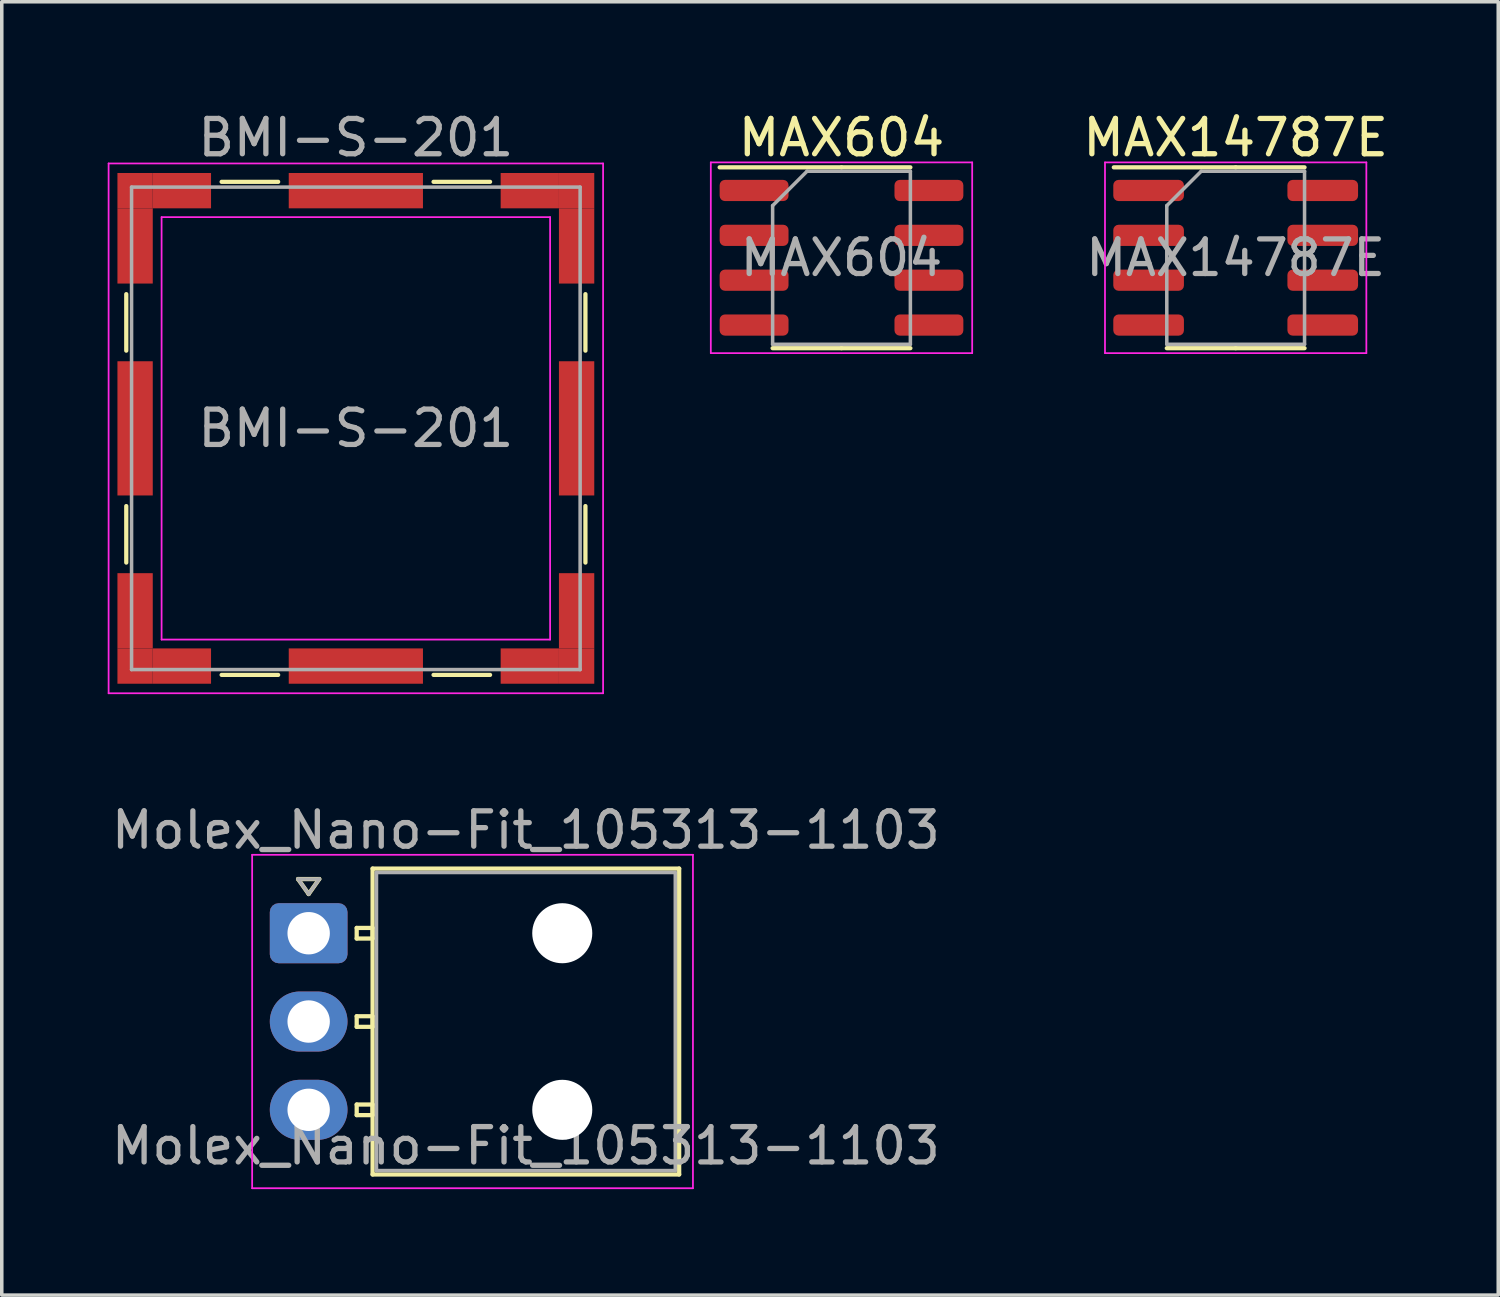
<source format=kicad_pcb>
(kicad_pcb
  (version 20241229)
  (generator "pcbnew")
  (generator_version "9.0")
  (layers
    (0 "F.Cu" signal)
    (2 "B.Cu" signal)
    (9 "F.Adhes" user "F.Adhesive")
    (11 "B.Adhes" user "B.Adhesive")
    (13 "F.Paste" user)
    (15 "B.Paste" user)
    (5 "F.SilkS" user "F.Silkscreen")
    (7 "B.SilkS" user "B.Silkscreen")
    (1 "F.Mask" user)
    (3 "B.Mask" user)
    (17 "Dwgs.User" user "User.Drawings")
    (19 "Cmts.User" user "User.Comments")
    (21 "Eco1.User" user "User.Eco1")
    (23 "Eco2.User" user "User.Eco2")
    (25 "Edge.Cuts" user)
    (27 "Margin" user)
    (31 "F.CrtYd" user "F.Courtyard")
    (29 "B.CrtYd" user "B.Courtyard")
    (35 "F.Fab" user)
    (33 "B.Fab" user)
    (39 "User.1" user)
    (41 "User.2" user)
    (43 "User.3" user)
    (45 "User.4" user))
  (footprint "Molex_Nano-Fit_105313-1103"
    (layer "F.Cu")
    (at 5.689 23.372)
    (property "Reference" "Molex_Nano-Fit_105313-1103" (at 6.15 -2.92 0) (layer "F.Fab") (effects (font (size 1 1) (thickness 0.15))))
    (attr through_hole)
    (fp_line (start -0.3 -1.534) (end 0 -1.11) (stroke (width 0.12) (type solid)) (layer "F.SilkS"))
    (fp_line (start 0 -1.11) (end 0.3 -1.534) (stroke (width 0.12) (type solid)) (layer "F.SilkS"))
    (fp_line (start 0.3 -1.534) (end -0.3 -1.534) (stroke (width 0.12) (type solid)) (layer "F.SilkS"))
    (fp_line (start 1.36 -0.15) (end 1.36 0.15) (stroke (width 0.12) (type solid)) (layer "F.SilkS"))
    (fp_line (start 1.36 0.15) (end 1.81 0.15) (stroke (width 0.12) (type solid)) (layer "F.SilkS"))
    (fp_line (start 1.36 2.35) (end 1.36 2.65) (stroke (width 0.12) (type solid)) (layer "F.SilkS"))
    (fp_line (start 1.36 2.65) (end 1.81 2.65) (stroke (width 0.12) (type solid)) (layer "F.SilkS"))
    (fp_line (start 1.36 4.85) (end 1.36 5.15) (stroke (width 0.12) (type solid)) (layer "F.SilkS"))
    (fp_line (start 1.36 5.15) (end 1.81 5.15) (stroke (width 0.12) (type solid)) (layer "F.SilkS"))
    (fp_line (start 1.81 -1.83) (end 1.81 6.83) (stroke (width 0.12) (type solid)) (layer "F.SilkS"))
    (fp_line (start 1.81 -0.15) (end 1.36 -0.15) (stroke (width 0.12) (type solid)) (layer "F.SilkS"))
    (fp_line (start 1.81 0.15) (end 1.81 -0.15) (stroke (width 0.12) (type solid)) (layer "F.SilkS"))
    (fp_line (start 1.81 2.35) (end 1.36 2.35) (stroke (width 0.12) (type solid)) (layer "F.SilkS"))
    (fp_line (start 1.81 2.65) (end 1.81 2.35) (stroke (width 0.12) (type solid)) (layer "F.SilkS"))
    (fp_line (start 1.81 4.85) (end 1.36 4.85) (stroke (width 0.12) (type solid)) (layer "F.SilkS"))
    (fp_line (start 1.81 5.15) (end 1.81 4.85) (stroke (width 0.12) (type solid)) (layer "F.SilkS"))
    (fp_line (start 1.81 6.83) (end 10.49 6.83) (stroke (width 0.12) (type solid)) (layer "F.SilkS"))
    (fp_line (start 10.49 -1.83) (end 1.81 -1.83) (stroke (width 0.12) (type solid)) (layer "F.SilkS"))
    (fp_line (start 10.49 6.83) (end 10.49 -1.83) (stroke (width 0.12) (type solid)) (layer "F.SilkS"))
    (fp_line (start -1.6 -2.22) (end -1.6 7.22) (stroke (width 0.05) (type solid)) (layer "F.CrtYd"))
    (fp_line (start -1.6 7.22) (end 10.88 7.22) (stroke (width 0.05) (type solid)) (layer "F.CrtYd"))
    (fp_line (start 10.88 -2.22) (end -1.6 -2.22) (stroke (width 0.05) (type solid)) (layer "F.CrtYd"))
    (fp_line (start 10.88 7.22) (end 10.88 -2.22) (stroke (width 0.05) (type solid)) (layer "F.CrtYd"))
    (fp_line (start -0.3 -1.534) (end 0 -1.11) (stroke (width 0.1) (type solid)) (layer "F.Fab"))
    (fp_line (start 0 -1.11) (end 0.3 -1.534) (stroke (width 0.1) (type solid)) (layer "F.Fab"))
    (fp_line (start 0.3 -1.534) (end -0.3 -1.534) (stroke (width 0.1) (type solid)) (layer "F.Fab"))
    (fp_line (start 1.92 -1.72) (end 1.92 6.72) (stroke (width 0.1) (type solid)) (layer "F.Fab"))
    (fp_line (start 1.92 6.72) (end 10.38 6.72) (stroke (width 0.1) (type solid)) (layer "F.Fab"))
    (fp_line (start 10.38 -1.72) (end 1.92 -1.72) (stroke (width 0.1) (type solid)) (layer "F.Fab"))
    (fp_line (start 10.38 6.72) (end 10.38 -1.72) (stroke (width 0.1) (type solid)) (layer "F.Fab"))
    (fp_text user "${REFERENCE}" (at 6.15 6.02 0) (layer "F.Fab") (effects (font (size 1 1) (thickness 0.15))))
    (pad "" np_thru_hole circle (at 7.18 0) (size 1.7 1.7) (drill 1.7) (layers "*.Cu" "*.Mask"))
    (pad "" np_thru_hole circle (at 7.18 5) (size 1.7 1.7) (drill 1.7) (layers "*.Cu" "*.Mask"))
    (pad "1" thru_hole roundrect (at 0 0) (size 2.2 1.7) (drill 1.2) (layers "*.Cu" "*.Mask") (roundrect_rratio 0.147))
    (pad "2" thru_hole oval (at 0 2.5) (size 2.2 1.7) (drill 1.2) (layers "*.Cu" "*.Mask"))
    (pad "3" thru_hole oval (at 0 5) (size 2.2 1.7) (drill 1.2) (layers "*.Cu" "*.Mask")))
  (footprint "MAX604"
    (layer "F.Cu")
    (at 20.775 4.248)
    (property "Reference" "MAX604" (at 0 -3.4 0) (layer "F.SilkS") (effects (font (size 1 1) (thickness 0.15))))
    (attr smd)
    (fp_line (start 0 -2.56) (end -3.45 -2.56) (stroke (width 0.12) (type solid)) (layer "F.SilkS"))
    (fp_line (start 0 -2.56) (end 1.95 -2.56) (stroke (width 0.12) (type solid)) (layer "F.SilkS"))
    (fp_line (start 0 2.56) (end -1.95 2.56) (stroke (width 0.12) (type solid)) (layer "F.SilkS"))
    (fp_line (start 0 2.56) (end 1.95 2.56) (stroke (width 0.12) (type solid)) (layer "F.SilkS"))
    (fp_line (start -3.7 -2.7) (end -3.7 2.7) (stroke (width 0.05) (type solid)) (layer "F.CrtYd"))
    (fp_line (start -3.7 2.7) (end 3.7 2.7) (stroke (width 0.05) (type solid)) (layer "F.CrtYd"))
    (fp_line (start 3.7 -2.7) (end -3.7 -2.7) (stroke (width 0.05) (type solid)) (layer "F.CrtYd"))
    (fp_line (start 3.7 2.7) (end 3.7 -2.7) (stroke (width 0.05) (type solid)) (layer "F.CrtYd"))
    (fp_line (start -1.95 -1.475) (end -0.975 -2.45) (stroke (width 0.1) (type solid)) (layer "F.Fab"))
    (fp_line (start -1.95 2.45) (end -1.95 -1.475) (stroke (width 0.1) (type solid)) (layer "F.Fab"))
    (fp_line (start -0.975 -2.45) (end 1.95 -2.45) (stroke (width 0.1) (type solid)) (layer "F.Fab"))
    (fp_line (start 1.95 -2.45) (end 1.95 2.45) (stroke (width 0.1) (type solid)) (layer "F.Fab"))
    (fp_line (start 1.95 2.45) (end -1.95 2.45) (stroke (width 0.1) (type solid)) (layer "F.Fab"))
    (fp_text user "${REFERENCE}" (at 0 0 0) (layer "F.Fab") (effects (font (size 0.98 0.98) (thickness 0.15))))
    (pad "1" smd roundrect (at -2.475 -1.905) (size 1.95 0.6) (layers "F.Cu" "F.Mask" "F.Paste") (roundrect_rratio 0.25))
    (pad "2" smd roundrect (at -2.475 -0.635) (size 1.95 0.6) (layers "F.Cu" "F.Mask" "F.Paste") (roundrect_rratio 0.25))
    (pad "3" smd roundrect (at -2.475 0.635) (size 1.95 0.6) (layers "F.Cu" "F.Mask" "F.Paste") (roundrect_rratio 0.25))
    (pad "4" smd roundrect (at -2.475 1.905) (size 1.95 0.6) (layers "F.Cu" "F.Mask" "F.Paste") (roundrect_rratio 0.25))
    (pad "5" smd roundrect (at 2.475 1.905) (size 1.95 0.6) (layers "F.Cu" "F.Mask" "F.Paste") (roundrect_rratio 0.25))
    (pad "6" smd roundrect (at 2.475 0.635) (size 1.95 0.6) (layers "F.Cu" "F.Mask" "F.Paste") (roundrect_rratio 0.25))
    (pad "7" smd roundrect (at 2.475 -0.635) (size 1.95 0.6) (layers "F.Cu" "F.Mask" "F.Paste") (roundrect_rratio 0.25))
    (pad "8" smd roundrect (at 2.475 -1.905) (size 1.95 0.6) (layers "F.Cu" "F.Mask" "F.Paste") (roundrect_rratio 0.25)))
  (footprint "BMI-S-201"
    (layer "F.Cu")
    (at 7.025 9.078)
    (property "Reference" "BMI-S-201" (at 0 -8.23 0) (layer "F.Fab") (effects (font (size 1 1) (thickness 0.15))))
    (attr smd)
    (fp_line (start -6.5 -3.8) (end -6.5 -2.2) (stroke (width 0.12) (type solid)) (layer "F.SilkS"))
    (fp_line (start -6.5 2.2) (end -6.5 3.8) (stroke (width 0.12) (type solid)) (layer "F.SilkS"))
    (fp_line (start -3.8 -6.98) (end -2.2 -6.98) (stroke (width 0.12) (type solid)) (layer "F.SilkS"))
    (fp_line (start -3.8 6.98) (end -2.2 6.98) (stroke (width 0.12) (type solid)) (layer "F.SilkS"))
    (fp_line (start 2.2 -6.98) (end 3.8 -6.98) (stroke (width 0.12) (type solid)) (layer "F.SilkS"))
    (fp_line (start 2.2 6.98) (end 3.8 6.98) (stroke (width 0.12) (type solid)) (layer "F.SilkS"))
    (fp_line (start 6.5 -3.8) (end 6.5 -2.2) (stroke (width 0.12) (type solid)) (layer "F.SilkS"))
    (fp_line (start 6.5 2.2) (end 6.5 3.8) (stroke (width 0.12) (type solid)) (layer "F.SilkS"))
    (fp_line (start -7 -7.5) (end -7 7.5) (stroke (width 0.05) (type solid)) (layer "F.CrtYd"))
    (fp_line (start -7 7.5) (end 7 7.5) (stroke (width 0.05) (type solid)) (layer "F.CrtYd"))
    (fp_line (start -5.5 -5.98) (end -5.5 5.98) (stroke (width 0.05) (type solid)) (layer "F.CrtYd"))
    (fp_line (start 5.5 -5.98) (end -5.5 -5.98) (stroke (width 0.05) (type solid)) (layer "F.CrtYd"))
    (fp_line (start 5.5 -5.98) (end 5.5 5.98) (stroke (width 0.05) (type solid)) (layer "F.CrtYd"))
    (fp_line (start 5.5 5.98) (end -5.5 5.98) (stroke (width 0.05) (type solid)) (layer "F.CrtYd"))
    (fp_line (start 7 -7.5) (end -7 -7.5) (stroke (width 0.05) (type solid)) (layer "F.CrtYd"))
    (fp_line (start 7 7.5) (end 7 -7.5) (stroke (width 0.05) (type solid)) (layer "F.CrtYd"))
    (fp_line (start -6.35 -6.83) (end -6.35 6.83) (stroke (width 0.1) (type solid)) (layer "F.Fab"))
    (fp_line (start -6.35 6.83) (end 6.35 6.83) (stroke (width 0.1) (type solid)) (layer "F.Fab"))
    (fp_line (start 6.35 -6.83) (end -6.35 -6.83) (stroke (width 0.1) (type solid)) (layer "F.Fab"))
    (fp_line (start 6.35 6.83) (end 6.35 -6.83) (stroke (width 0.1) (type solid)) (layer "F.Fab"))
    (fp_text user "${REFERENCE}" (at 0 0 0) (layer "F.Fab") (effects (font (size 1 1) (thickness 0.15))))
    (pad "1" smd rect (at -6.25 -6.73) (size 1 1) (layers "F.Cu" "F.Mask" "F.Paste"))
    (pad "1" smd rect (at -6.25 -5.165) (size 1 2.13) (layers "F.Cu" "F.Mask" "F.Paste"))
    (pad "1" smd rect (at -6.25 0) (size 1 3.8) (layers "F.Cu" "F.Mask" "F.Paste"))
    (pad "1" smd rect (at -6.25 5.165) (size 1 2.13) (layers "F.Cu" "F.Mask" "F.Paste"))
    (pad "1" smd rect (at -6.25 6.73) (size 1 1) (layers "F.Cu" "F.Mask" "F.Paste"))
    (pad "1" smd rect (at -4.925 -6.73) (size 1.65 1) (layers "F.Cu" "F.Mask" "F.Paste"))
    (pad "1" smd rect (at -4.925 6.73) (size 1.65 1) (layers "F.Cu" "F.Mask" "F.Paste"))
    (pad "1" smd rect (at 0 -6.73) (size 3.8 1) (layers "F.Cu" "F.Mask" "F.Paste"))
    (pad "1" smd rect (at 0 6.73) (size 3.8 1) (layers "F.Cu" "F.Mask" "F.Paste"))
    (pad "1" smd rect (at 4.925 -6.73) (size 1.65 1) (layers "F.Cu" "F.Mask" "F.Paste"))
    (pad "1" smd rect (at 4.925 6.73) (size 1.65 1) (layers "F.Cu" "F.Mask" "F.Paste"))
    (pad "1" smd rect (at 6.25 -6.73) (size 1 1) (layers "F.Cu" "F.Mask" "F.Paste"))
    (pad "1" smd rect (at 6.25 -5.165) (size 1 2.13) (layers "F.Cu" "F.Mask" "F.Paste"))
    (pad "1" smd rect (at 6.25 0) (size 1 3.8) (layers "F.Cu" "F.Mask" "F.Paste"))
    (pad "1" smd rect (at 6.25 5.165) (size 1 2.13) (layers "F.Cu" "F.Mask" "F.Paste"))
    (pad "1" smd rect (at 6.25 6.73) (size 1 1) (layers "F.Cu" "F.Mask" "F.Paste")))
  (footprint "MAX14787E"
    (layer "F.Cu")
    (at 31.935 4.248)
    (property "Reference" "MAX14787E" (at 0 -3.4 0) (layer "F.SilkS") (effects (font (size 1 1) (thickness 0.15))))
    (attr smd)
    (fp_line (start 0 -2.56) (end -3.45 -2.56) (stroke (width 0.12) (type solid)) (layer "F.SilkS"))
    (fp_line (start 0 -2.56) (end 1.95 -2.56) (stroke (width 0.12) (type solid)) (layer "F.SilkS"))
    (fp_line (start 0 2.56) (end -1.95 2.56) (stroke (width 0.12) (type solid)) (layer "F.SilkS"))
    (fp_line (start 0 2.56) (end 1.95 2.56) (stroke (width 0.12) (type solid)) (layer "F.SilkS"))
    (fp_line (start -3.7 -2.7) (end -3.7 2.7) (stroke (width 0.05) (type solid)) (layer "F.CrtYd"))
    (fp_line (start -3.7 2.7) (end 3.7 2.7) (stroke (width 0.05) (type solid)) (layer "F.CrtYd"))
    (fp_line (start 3.7 -2.7) (end -3.7 -2.7) (stroke (width 0.05) (type solid)) (layer "F.CrtYd"))
    (fp_line (start 3.7 2.7) (end 3.7 -2.7) (stroke (width 0.05) (type solid)) (layer "F.CrtYd"))
    (fp_line (start -1.95 -1.475) (end -0.975 -2.45) (stroke (width 0.1) (type solid)) (layer "F.Fab"))
    (fp_line (start -1.95 2.45) (end -1.95 -1.475) (stroke (width 0.1) (type solid)) (layer "F.Fab"))
    (fp_line (start -0.975 -2.45) (end 1.95 -2.45) (stroke (width 0.1) (type solid)) (layer "F.Fab"))
    (fp_line (start 1.95 -2.45) (end 1.95 2.45) (stroke (width 0.1) (type solid)) (layer "F.Fab"))
    (fp_line (start 1.95 2.45) (end -1.95 2.45) (stroke (width 0.1) (type solid)) (layer "F.Fab"))
    (fp_text user "${REFERENCE}" (at 0 0 0) (layer "F.Fab") (effects (font (size 0.98 0.98) (thickness 0.15))))
    (pad "1" smd roundrect (at -2.465 -1.905) (size 2 0.6) (layers "F.Cu" "F.Mask" "F.Paste") (roundrect_rratio 0.25))
    (pad "2" smd roundrect (at -2.465 -0.635) (size 2 0.6) (layers "F.Cu" "F.Mask" "F.Paste") (roundrect_rratio 0.25))
    (pad "3" smd roundrect (at -2.465 0.635) (size 2 0.6) (layers "F.Cu" "F.Mask" "F.Paste") (roundrect_rratio 0.25))
    (pad "4" smd roundrect (at -2.465 1.905) (size 2 0.6) (layers "F.Cu" "F.Mask" "F.Paste") (roundrect_rratio 0.25))
    (pad "5" smd roundrect (at 2.465 1.905) (size 2 0.6) (layers "F.Cu" "F.Mask" "F.Paste") (roundrect_rratio 0.25))
    (pad "6" smd roundrect (at 2.465 0.635) (size 2 0.6) (layers "F.Cu" "F.Mask" "F.Paste") (roundrect_rratio 0.25))
    (pad "7" smd roundrect (at 2.465 -0.635) (size 2 0.6) (layers "F.Cu" "F.Mask" "F.Paste") (roundrect_rratio 0.25))
    (pad "8" smd roundrect (at 2.465 -1.905) (size 2 0.6) (layers "F.Cu" "F.Mask" "F.Paste") (roundrect_rratio 0.25)))
  (gr_rect
    (start -3 -3)
    (end 39.369 33.617)
    (stroke (width 0.1) (type default))
    (fill no)
    (layer "Edge.Cuts")))
</source>
